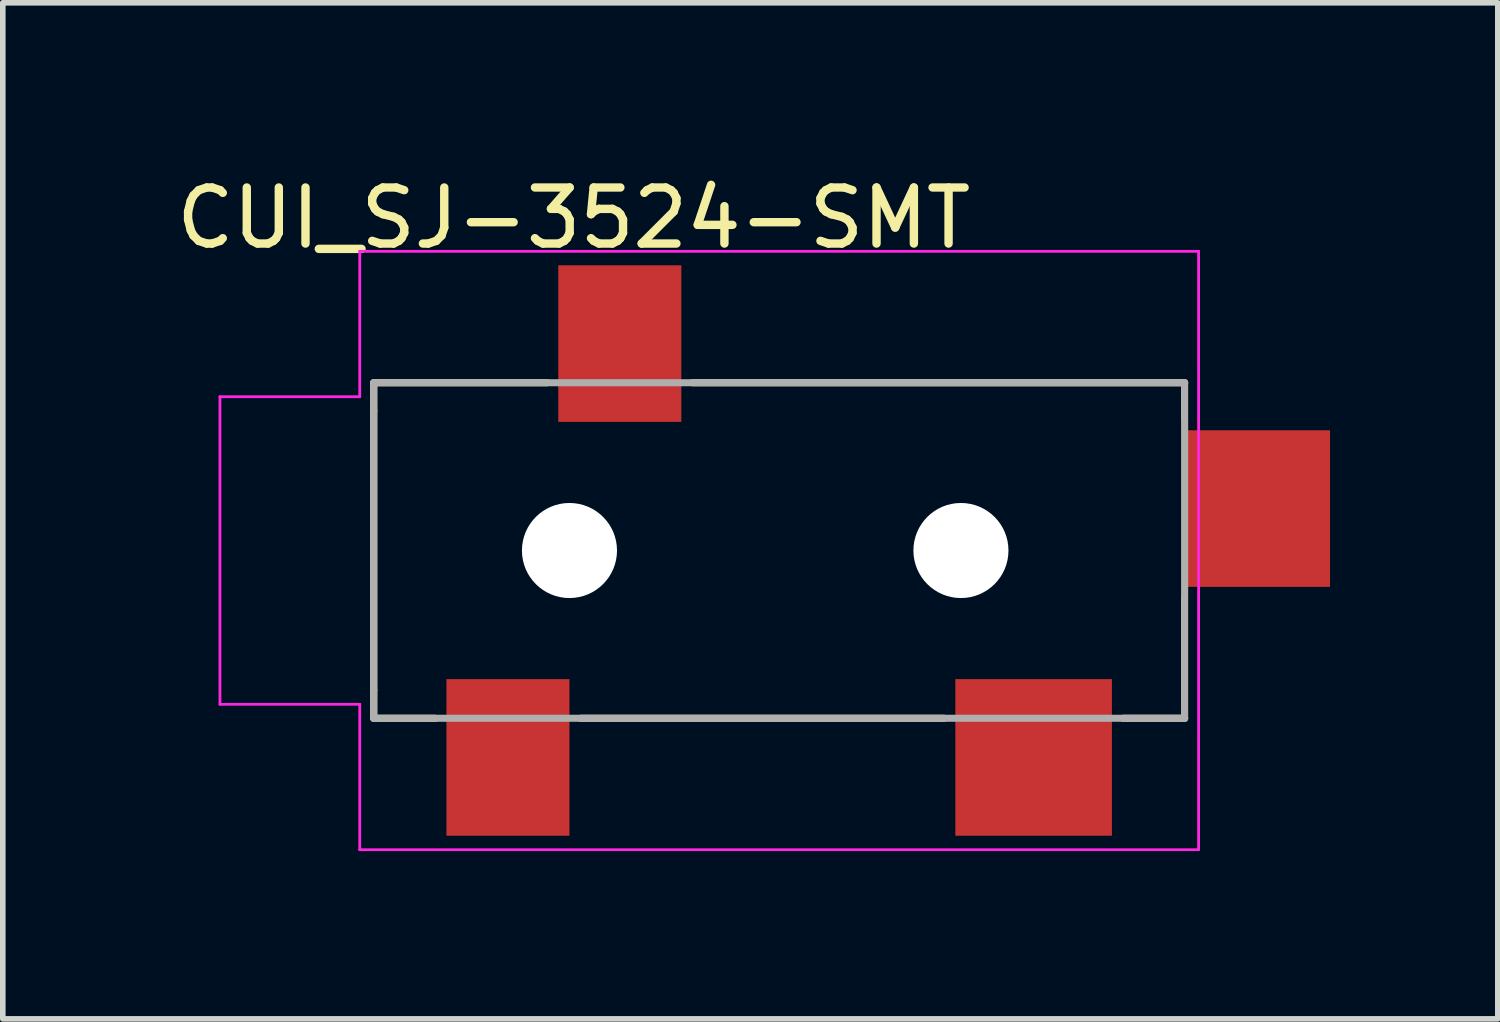
<source format=kicad_pcb>
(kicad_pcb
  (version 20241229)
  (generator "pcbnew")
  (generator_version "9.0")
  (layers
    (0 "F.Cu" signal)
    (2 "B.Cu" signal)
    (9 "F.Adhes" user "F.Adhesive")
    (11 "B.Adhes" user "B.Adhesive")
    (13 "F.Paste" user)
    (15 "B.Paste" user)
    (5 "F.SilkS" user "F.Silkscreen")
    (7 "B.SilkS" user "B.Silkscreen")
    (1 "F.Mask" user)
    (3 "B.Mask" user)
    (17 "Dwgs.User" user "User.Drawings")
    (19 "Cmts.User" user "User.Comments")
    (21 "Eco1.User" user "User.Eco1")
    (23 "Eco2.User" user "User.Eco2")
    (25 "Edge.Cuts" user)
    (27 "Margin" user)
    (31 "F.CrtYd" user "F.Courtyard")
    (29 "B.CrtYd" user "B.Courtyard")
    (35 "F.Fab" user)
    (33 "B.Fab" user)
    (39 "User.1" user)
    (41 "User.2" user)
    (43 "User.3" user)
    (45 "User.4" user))
  (footprint "CUI_SJ-3524-SMT"
    (layer "F.Cu")
    (at 7.133 6.794)
    (property "Reference" "CUI_SJ-3524-SMT" (at 0.075 -5.945 0) (layer "F.SilkS") (effects (font (size 1.002 1.002) (thickness 0.15))))
    (attr through_hole)
    (fp_line (start -3.5 -3) (end -0.4 -3) (stroke (width 0.127) (type solid)) (layer "F.SilkS"))
    (fp_line (start -3.5 -2.5) (end -3.5 -3) (stroke (width 0.127) (type solid)) (layer "F.SilkS"))
    (fp_line (start -3.5 2.5) (end -3.5 -2.5) (stroke (width 0.127) (type solid)) (layer "F.SilkS"))
    (fp_line (start -3.5 3) (end -3.5 2.5) (stroke (width 0.127) (type solid)) (layer "F.SilkS"))
    (fp_line (start -3.5 3) (end -2.4 3) (stroke (width 0.127) (type solid)) (layer "F.SilkS"))
    (fp_line (start 0.2 3) (end 6.7 3) (stroke (width 0.127) (type solid)) (layer "F.SilkS"))
    (fp_line (start 2.2 -3) (end 11 -3) (stroke (width 0.127) (type solid)) (layer "F.SilkS"))
    (fp_line (start 9.9 3) (end 11 3) (stroke (width 0.127) (type solid)) (layer "F.SilkS"))
    (fp_line (start 11 -3) (end 10.998 -2.337) (stroke (width 0.12) (type solid)) (layer "F.SilkS"))
    (fp_line (start 11 3) (end 10.998 0.864) (stroke (width 0.12) (type solid)) (layer "F.SilkS"))
    (fp_line (start -6.25 -2.75) (end -6.25 2.75) (stroke (width 0.05) (type solid)) (layer "F.CrtYd"))
    (fp_line (start -6.25 2.75) (end -3.75 2.75) (stroke (width 0.05) (type solid)) (layer "F.CrtYd"))
    (fp_line (start -3.75 -5.35) (end -3.75 -2.75) (stroke (width 0.05) (type solid)) (layer "F.CrtYd"))
    (fp_line (start -3.75 -5.35) (end 11.25 -5.35) (stroke (width 0.05) (type solid)) (layer "F.CrtYd"))
    (fp_line (start -3.75 -2.75) (end -6.25 -2.75) (stroke (width 0.05) (type solid)) (layer "F.CrtYd"))
    (fp_line (start -3.75 2.75) (end -3.75 5.35) (stroke (width 0.05) (type solid)) (layer "F.CrtYd"))
    (fp_line (start 11.25 -5.35) (end 11.25 5.35) (stroke (width 0.05) (type solid)) (layer "F.CrtYd"))
    (fp_line (start 11.25 5.35) (end -3.75 5.35) (stroke (width 0.05) (type solid)) (layer "F.CrtYd"))
    (fp_line (start -3.5 -3) (end 11 -3) (stroke (width 0.127) (type solid)) (layer "F.Fab"))
    (fp_line (start -3.5 3) (end -3.5 -3) (stroke (width 0.127) (type solid)) (layer "F.Fab"))
    (fp_line (start 11 -3) (end 11 3) (stroke (width 0.127) (type solid)) (layer "F.Fab"))
    (fp_line (start 11 3) (end -3.5 3) (stroke (width 0.127) (type solid)) (layer "F.Fab"))
    (pad "" np_thru_hole circle (at 0 0) (size 1.7 1.7) (drill 1.7) (layers "*.Cu" "*.Mask"))
    (pad "" np_thru_hole circle (at 7 0) (size 1.7 1.7) (drill 1.7) (layers "*.Cu" "*.Mask"))
    (pad "1" smd rect (at -1.1 3.7) (size 2.2 2.8) (layers "F.Cu" "F.Mask" "F.Paste"))
    (pad "2" smd rect (at 8.3 3.7) (size 2.8 2.8) (layers "F.Cu" "F.Mask" "F.Paste"))
    (pad "3" smd rect (at 0.9 -3.7) (size 2.2 2.8) (layers "F.Cu" "F.Mask" "F.Paste"))
    (pad "4" smd rect (at 12.3 -0.75) (size 2.6 2.8) (layers "F.Cu" "F.Mask" "F.Paste")))
  (gr_rect
    (start -3 -3)
    (end 23.733 15.169)
    (stroke (width 0.1) (type default))
    (fill no)
    (layer "Edge.Cuts")))
</source>
